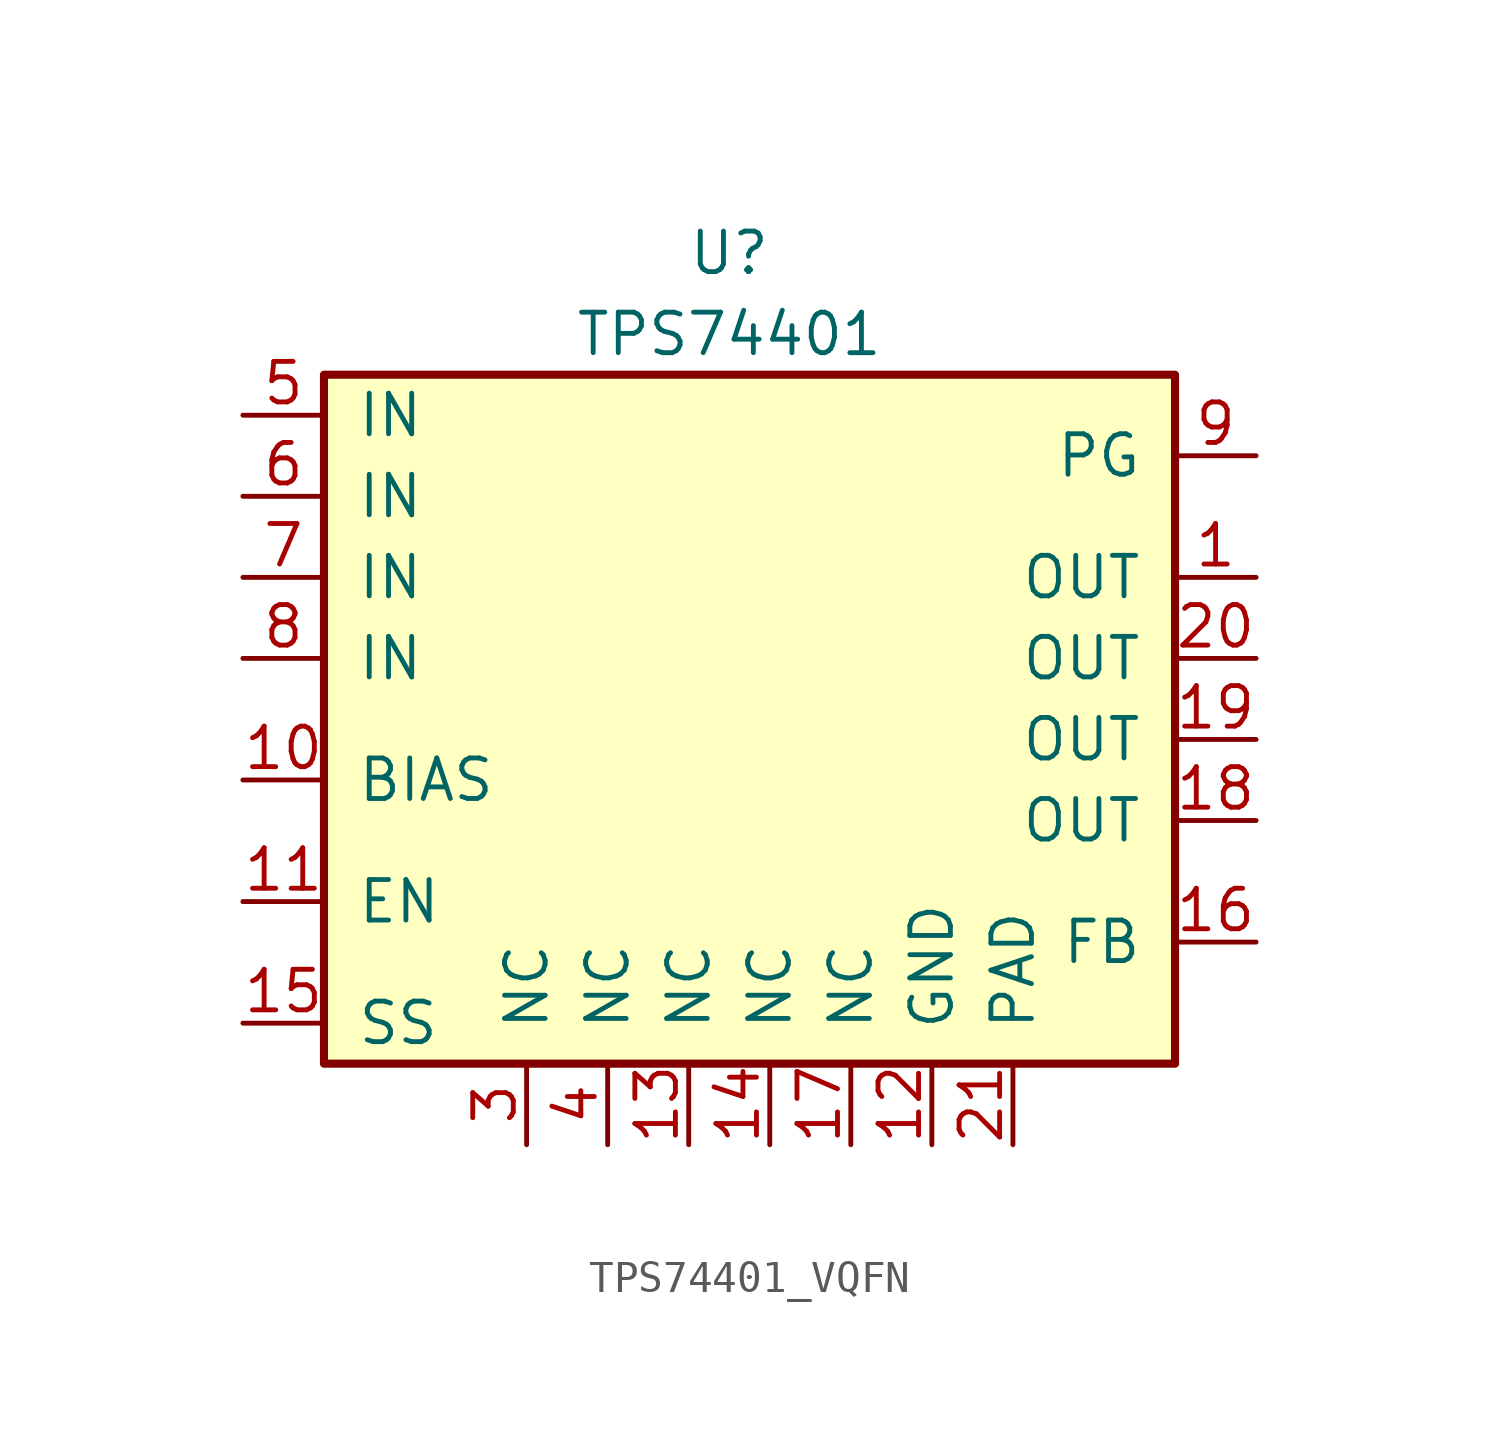
<source format=kicad_sym>
(kicad_symbol_lib
  (version 20241209)
  (generator "kicad_symbol_editor")
  (generator_version "9.0")
  (symbol "TPS74401_VQFN"
    (pin_names
      (offset 1.016))
    (property "Reference" "U"
      (at 5.08 15.24 0)
      (effects (font (size 1.27 1.27))))
    (property "Value" "TPS74401"
      (at 5.08 12.7 0)
      (effects (font (size 1.27 1.27))))
    (symbol "TPS74401_VQFN_1_1"
      (rectangle (start -7.62 11.43) (end 19.05 -10.16) (stroke (width 0.254) (type solid)) (fill (type background)))
      (pin power_in line (at -10.16 10.16 0) (length 2.54) (name "IN" (effects (font (size 1.27 1.27)))) (number "5" (effects (font (size 1.27 1.27)))))
      (pin power_in line (at -10.16 7.62 0) (length 2.54) (name "IN" (effects (font (size 1.27 1.27)))) (number "6" (effects (font (size 1.27 1.27)))))
      (pin power_in line (at -10.16 5.08 0) (length 2.54) (name "IN" (effects (font (size 1.27 1.27)))) (number "7" (effects (font (size 1.27 1.27)))))
      (pin power_in line (at -10.16 2.54 0) (length 2.54) (name "IN" (effects (font (size 1.27 1.27)))) (number "8" (effects (font (size 1.27 1.27)))))
      (pin input line (at -10.16 -1.27 0) (length 2.54) (name "BIAS" (effects (font (size 1.27 1.27)))) (number "10" (effects (font (size 1.27 1.27)))))
      (pin input line (at -10.16 -5.08 0) (length 2.54) (name "EN" (effects (font (size 1.27 1.27)))) (number "11" (effects (font (size 1.27 1.27)))))
      (pin input line (at -10.16 -8.89 0) (length 2.54) (name "SS" (effects (font (size 1.27 1.27)))) (number "15" (effects (font (size 1.27 1.27)))))
      (pin no_connect line (at -2.54 13.97 270) (length 2.54) (hide yes) (name "NC" (effects (font (size 1.27 1.27)))) (number "2" (effects (font (size 1.27 1.27)))))
      (pin free line (at -1.27 -12.7 90) (length 2.54) (name "NC" (effects (font (size 1.27 1.27)))) (number "3" (effects (font (size 1.27 1.27)))))
      (pin free line (at 1.27 -12.7 90) (length 2.54) (name "NC" (effects (font (size 1.27 1.27)))) (number "4" (effects (font (size 1.27 1.27)))))
      (pin free line (at 3.81 -12.7 90) (length 2.54) (name "NC" (effects (font (size 1.27 1.27)))) (number "13" (effects (font (size 1.27 1.27)))))
      (pin free line (at 6.35 -12.7 90) (length 2.54) (name "NC" (effects (font (size 1.27 1.27)))) (number "14" (effects (font (size 1.27 1.27)))))
      (pin free line (at 8.89 -12.7 90) (length 2.54) (name "NC" (effects (font (size 1.27 1.27)))) (number "17" (effects (font (size 1.27 1.27)))))
      (pin power_in line (at 11.43 -12.7 90) (length 2.54) (name "GND" (effects (font (size 1.27 1.27)))) (number "12" (effects (font (size 1.27 1.27)))))
      (pin power_in line (at 13.97 -12.7 90) (length 2.54) (name "PAD" (effects (font (size 1.27 1.27)))) (number "21" (effects (font (size 1.27 1.27)))))
      (pin output line (at 21.59 8.89 180) (length 2.54) (name "PG" (effects (font (size 1.27 1.27)))) (number "9" (effects (font (size 1.27 1.27)))))
      (pin power_out line (at 21.59 5.08 180) (length 2.54) (name "OUT" (effects (font (size 1.27 1.27)))) (number "1" (effects (font (size 1.27 1.27)))))
      (pin power_out line (at 21.59 2.54 180) (length 2.54) (name "OUT" (effects (font (size 1.27 1.27)))) (number "20" (effects (font (size 1.27 1.27)))))
      (pin power_out line (at 21.59 0 180) (length 2.54) (name "OUT" (effects (font (size 1.27 1.27)))) (number "19" (effects (font (size 1.27 1.27)))))
      (pin power_out line (at 21.59 -2.54 180) (length 2.54) (name "OUT" (effects (font (size 1.27 1.27)))) (number "18" (effects (font (size 1.27 1.27)))))
      (pin input line (at 21.59 -6.35 180) (length 2.54) (name "FB" (effects (font (size 1.27 1.27)))) (number "16" (effects (font (size 1.27 1.27))))))))
</source>
